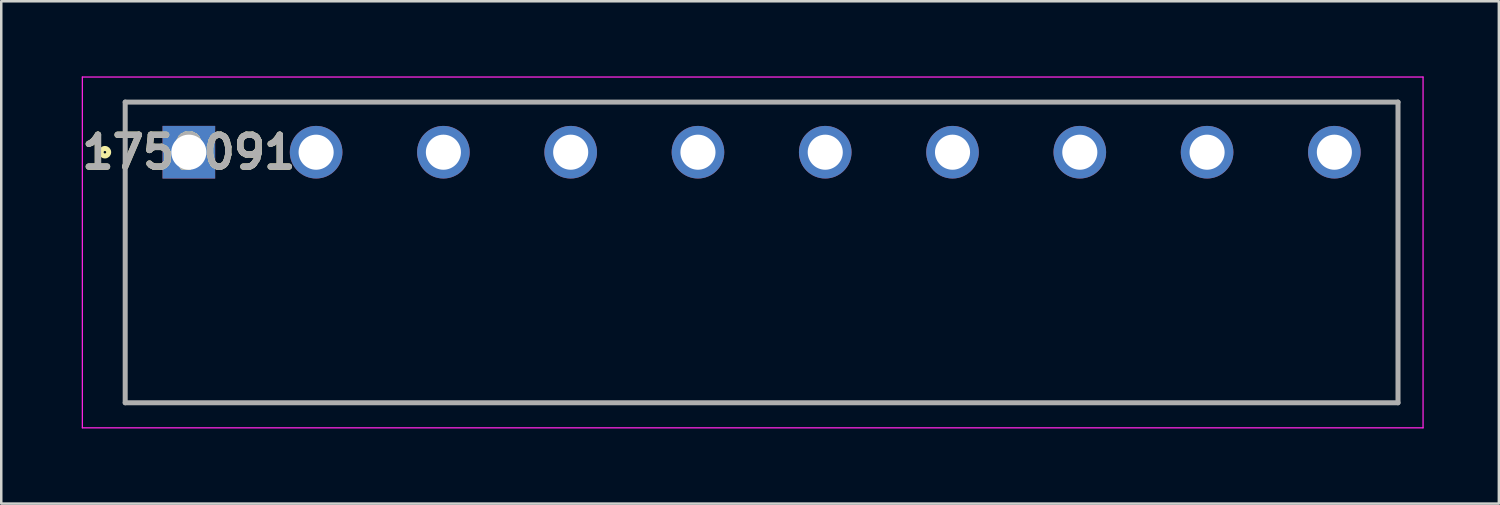
<source format=kicad_pcb>
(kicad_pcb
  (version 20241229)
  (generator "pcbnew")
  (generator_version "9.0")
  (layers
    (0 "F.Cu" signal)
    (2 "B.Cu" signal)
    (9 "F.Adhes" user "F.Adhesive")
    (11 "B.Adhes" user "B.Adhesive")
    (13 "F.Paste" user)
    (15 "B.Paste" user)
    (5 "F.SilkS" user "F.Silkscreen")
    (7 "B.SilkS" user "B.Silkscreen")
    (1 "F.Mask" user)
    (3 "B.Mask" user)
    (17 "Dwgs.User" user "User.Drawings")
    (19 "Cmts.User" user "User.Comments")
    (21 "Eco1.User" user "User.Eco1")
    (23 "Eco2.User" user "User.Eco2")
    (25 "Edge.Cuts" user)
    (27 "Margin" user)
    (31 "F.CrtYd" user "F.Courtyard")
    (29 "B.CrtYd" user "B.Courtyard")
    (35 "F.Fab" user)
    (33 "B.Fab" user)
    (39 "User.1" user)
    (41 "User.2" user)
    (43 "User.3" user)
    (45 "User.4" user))
  (footprint "1759091"
    (layer "F.Cu")
    (at 4.487 3.025)
    (property "Reference" "1759091" (at 0 0 0) (layer "F.SilkS") (effects (font (size 1.27 1.27) (thickness 0.254))))
    (attr through_hole)
    (fp_line (start -2.54 -2) (end 48.26 -2) (stroke (width 0.1) (type solid)) (layer "F.SilkS"))
    (fp_line (start -2.54 10) (end -2.54 -2) (stroke (width 0.1) (type solid)) (layer "F.SilkS"))
    (fp_line (start 48.26 -2) (end 48.26 10) (stroke (width 0.1) (type solid)) (layer "F.SilkS"))
    (fp_line (start 48.26 10) (end -2.54 10) (stroke (width 0.1) (type solid)) (layer "F.SilkS"))
    (fp_circle (center -3.35 0) (end -3.35 0.05) (stroke (width 0.2) (type solid)) (fill no) (layer "F.SilkS"))
    (fp_line (start -4.25 -3) (end 49.26 -3) (stroke (width 0.05) (type solid)) (layer "F.CrtYd"))
    (fp_line (start -4.25 11) (end -4.25 -3) (stroke (width 0.05) (type solid)) (layer "F.CrtYd"))
    (fp_line (start 49.26 -3) (end 49.26 11) (stroke (width 0.05) (type solid)) (layer "F.CrtYd"))
    (fp_line (start 49.26 11) (end -4.25 11) (stroke (width 0.05) (type solid)) (layer "F.CrtYd"))
    (fp_line (start -2.54 -2) (end 48.26 -2) (stroke (width 0.2) (type solid)) (layer "F.Fab"))
    (fp_line (start -2.54 10) (end -2.54 -2) (stroke (width 0.2) (type solid)) (layer "F.Fab"))
    (fp_line (start 48.26 -2) (end 48.26 10) (stroke (width 0.2) (type solid)) (layer "F.Fab"))
    (fp_line (start 48.26 10) (end -2.54 10) (stroke (width 0.2) (type solid)) (layer "F.Fab"))
    (fp_text user "${REFERENCE}" (at 0 0 0) (layer "F.Fab") (effects (font (size 1.27 1.27) (thickness 0.254))))
    (pad "1" thru_hole rect (at 0 0) (size 2.1 2.1) (drill 1.4) (layers "*.Cu" "*.Mask"))
    (pad "2" thru_hole circle (at 5.08 0) (size 2.1 2.1) (drill 1.4) (layers "*.Cu" "*.Mask"))
    (pad "3" thru_hole circle (at 10.16 0) (size 2.1 2.1) (drill 1.4) (layers "*.Cu" "*.Mask"))
    (pad "4" thru_hole circle (at 15.24 0) (size 2.1 2.1) (drill 1.4) (layers "*.Cu" "*.Mask"))
    (pad "5" thru_hole circle (at 20.32 0) (size 2.1 2.1) (drill 1.4) (layers "*.Cu" "*.Mask"))
    (pad "6" thru_hole circle (at 25.4 0) (size 2.1 2.1) (drill 1.4) (layers "*.Cu" "*.Mask"))
    (pad "7" thru_hole circle (at 30.48 0) (size 2.1 2.1) (drill 1.4) (layers "*.Cu" "*.Mask"))
    (pad "8" thru_hole circle (at 35.56 0) (size 2.1 2.1) (drill 1.4) (layers "*.Cu" "*.Mask"))
    (pad "9" thru_hole circle (at 40.64 0) (size 2.1 2.1) (drill 1.4) (layers "*.Cu" "*.Mask"))
    (pad "10" thru_hole circle (at 45.72 0) (size 2.1 2.1) (drill 1.4) (layers "*.Cu" "*.Mask")))
  (gr_rect
    (start -3 -3)
    (end 56.772 17.05)
    (stroke (width 0.1) (type default))
    (fill no)
    (layer "Edge.Cuts")))
</source>
